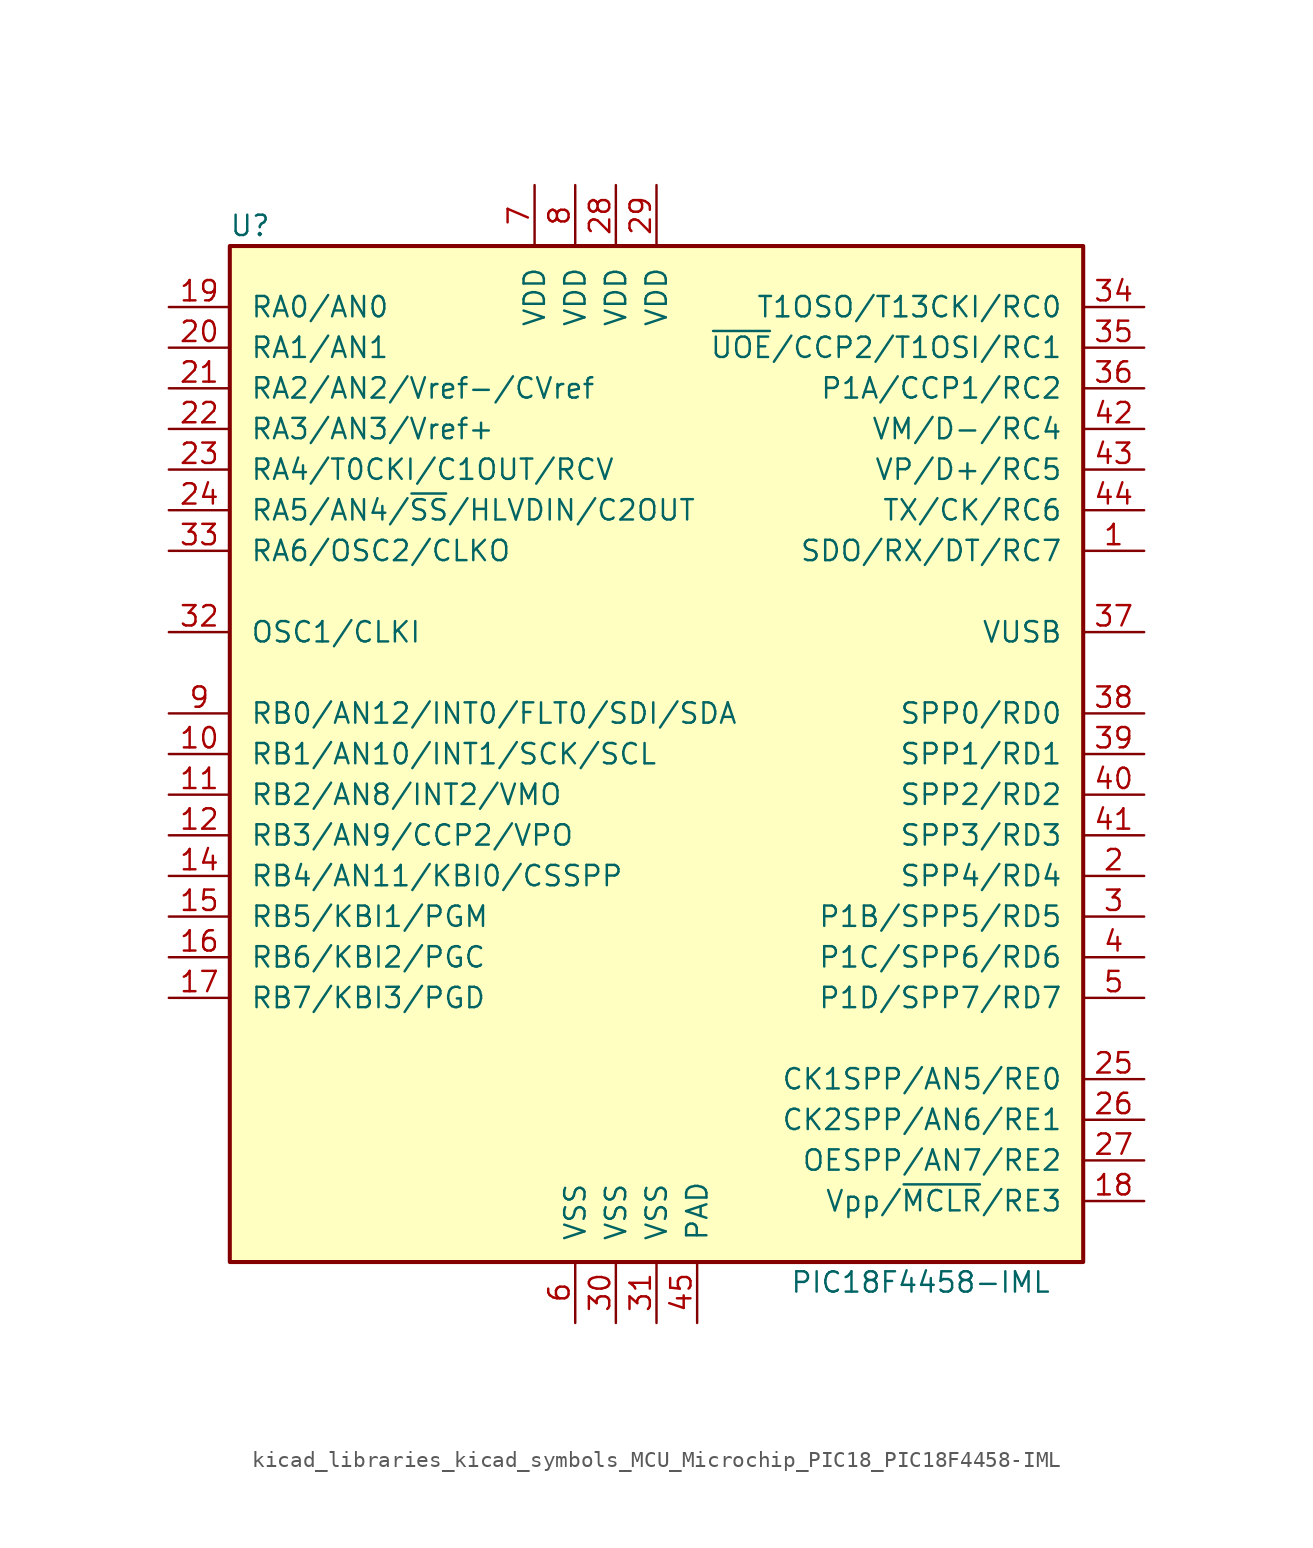
<source format=kicad_sym>
(kicad_symbol_lib
  (version 20220914)
  (generator kicad_symbol_editor)
  (symbol "kicad_libraries_kicad_symbols_MCU_Microchip_PIC18_PIC18F4458-IML"
    (pin_names
      (offset 1.27))
    (property "Reference" "U"
      (at -25.4 33.02 0)
      (effects (font (size 1.27 1.27))))
    (property "Value" "PIC18F4458-IML"
      (at 16.51 -33.02 0)
      (effects (font (size 1.27 1.27))))
    (symbol "kicad_libraries_kicad_symbols_MCU_Microchip_PIC18_PIC18F4458-IML_0_1"
      (rectangle (start -26.67 31.75) (end 26.67 -31.75) (stroke (width 0.254) (type default)) (fill (type background))))
    (symbol "kicad_libraries_kicad_symbols_MCU_Microchip_PIC18_PIC18F4458-IML_1_1"
      (pin bidirectional line (at 30.48 12.7 180) (length 3.81) (name "SDO/RX/DT/RC7" (effects (font (size 1.27 1.27)))) (number "1" (effects (font (size 1.27 1.27)))))
      (pin bidirectional line (at -30.48 0 0) (length 3.81) (name "RB1/AN10/INT1/SCK/SCL" (effects (font (size 1.27 1.27)))) (number "10" (effects (font (size 1.27 1.27)))))
      (pin bidirectional line (at -30.48 -2.54 0) (length 3.81) (name "RB2/AN8/INT2/VMO" (effects (font (size 1.27 1.27)))) (number "11" (effects (font (size 1.27 1.27)))))
      (pin bidirectional line (at -30.48 -5.08 0) (length 3.81) (name "RB3/AN9/CCP2/VPO" (effects (font (size 1.27 1.27)))) (number "12" (effects (font (size 1.27 1.27)))))
      (pin no_connect line (at -26.67 -27.94 0) (length 3.81) hide (name "NC" (effects (font (size 1.27 1.27)))) (number "13" (effects (font (size 1.27 1.27)))))
      (pin bidirectional line (at -30.48 -7.62 0) (length 3.81) (name "RB4/AN11/KBI0/CSSPP" (effects (font (size 1.27 1.27)))) (number "14" (effects (font (size 1.27 1.27)))))
      (pin bidirectional line (at -30.48 -10.16 0) (length 3.81) (name "RB5/KBI1/PGM" (effects (font (size 1.27 1.27)))) (number "15" (effects (font (size 1.27 1.27)))))
      (pin bidirectional line (at -30.48 -12.7 0) (length 3.81) (name "RB6/KBI2/PGC" (effects (font (size 1.27 1.27)))) (number "16" (effects (font (size 1.27 1.27)))))
      (pin bidirectional line (at -30.48 -15.24 0) (length 3.81) (name "RB7/KBI3/PGD" (effects (font (size 1.27 1.27)))) (number "17" (effects (font (size 1.27 1.27)))))
      (pin input line (at 30.48 -27.94 180) (length 3.81) (name "Vpp/~{MCLR}/RE3" (effects (font (size 1.27 1.27)))) (number "18" (effects (font (size 1.27 1.27)))))
      (pin bidirectional line (at -30.48 27.94 0) (length 3.81) (name "RA0/AN0" (effects (font (size 1.27 1.27)))) (number "19" (effects (font (size 1.27 1.27)))))
      (pin bidirectional line (at 30.48 -7.62 180) (length 3.81) (name "SPP4/RD4" (effects (font (size 1.27 1.27)))) (number "2" (effects (font (size 1.27 1.27)))))
      (pin bidirectional line (at -30.48 25.4 0) (length 3.81) (name "RA1/AN1" (effects (font (size 1.27 1.27)))) (number "20" (effects (font (size 1.27 1.27)))))
      (pin bidirectional line (at -30.48 22.86 0) (length 3.81) (name "RA2/AN2/Vref-/CVref" (effects (font (size 1.27 1.27)))) (number "21" (effects (font (size 1.27 1.27)))))
      (pin bidirectional line (at -30.48 20.32 0) (length 3.81) (name "RA3/AN3/Vref+" (effects (font (size 1.27 1.27)))) (number "22" (effects (font (size 1.27 1.27)))))
      (pin bidirectional line (at -30.48 17.78 0) (length 3.81) (name "RA4/T0CKI/C1OUT/RCV" (effects (font (size 1.27 1.27)))) (number "23" (effects (font (size 1.27 1.27)))))
      (pin bidirectional line (at -30.48 15.24 0) (length 3.81) (name "RA5/AN4/~{SS}/HLVDIN/C2OUT" (effects (font (size 1.27 1.27)))) (number "24" (effects (font (size 1.27 1.27)))))
      (pin bidirectional line (at 30.48 -20.32 180) (length 3.81) (name "CK1SPP/AN5/RE0" (effects (font (size 1.27 1.27)))) (number "25" (effects (font (size 1.27 1.27)))))
      (pin bidirectional line (at 30.48 -22.86 180) (length 3.81) (name "CK2SPP/AN6/RE1" (effects (font (size 1.27 1.27)))) (number "26" (effects (font (size 1.27 1.27)))))
      (pin bidirectional line (at 30.48 -25.4 180) (length 3.81) (name "OESPP/AN7/RE2" (effects (font (size 1.27 1.27)))) (number "27" (effects (font (size 1.27 1.27)))))
      (pin power_in line (at -2.54 35.56 270) (length 3.81) (name "VDD" (effects (font (size 1.27 1.27)))) (number "28" (effects (font (size 1.27 1.27)))))
      (pin power_in line (at 0 35.56 270) (length 3.81) (name "VDD" (effects (font (size 1.27 1.27)))) (number "29" (effects (font (size 1.27 1.27)))))
      (pin bidirectional line (at 30.48 -10.16 180) (length 3.81) (name "P1B/SPP5/RD5" (effects (font (size 1.27 1.27)))) (number "3" (effects (font (size 1.27 1.27)))))
      (pin power_in line (at -2.54 -35.56 90) (length 3.81) (name "VSS" (effects (font (size 1.27 1.27)))) (number "30" (effects (font (size 1.27 1.27)))))
      (pin power_in line (at 0 -35.56 90) (length 3.81) (name "VSS" (effects (font (size 1.27 1.27)))) (number "31" (effects (font (size 1.27 1.27)))))
      (pin input line (at -30.48 7.62 0) (length 3.81) (name "OSC1/CLKI" (effects (font (size 1.27 1.27)))) (number "32" (effects (font (size 1.27 1.27)))))
      (pin bidirectional line (at -30.48 12.7 0) (length 3.81) (name "RA6/OSC2/CLKO" (effects (font (size 1.27 1.27)))) (number "33" (effects (font (size 1.27 1.27)))))
      (pin bidirectional line (at 30.48 27.94 180) (length 3.81) (name "T1OSO/T13CKI/RC0" (effects (font (size 1.27 1.27)))) (number "34" (effects (font (size 1.27 1.27)))))
      (pin bidirectional line (at 30.48 25.4 180) (length 3.81) (name "~{UOE}/CCP2/T1OSI/RC1" (effects (font (size 1.27 1.27)))) (number "35" (effects (font (size 1.27 1.27)))))
      (pin bidirectional line (at 30.48 22.86 180) (length 3.81) (name "P1A/CCP1/RC2" (effects (font (size 1.27 1.27)))) (number "36" (effects (font (size 1.27 1.27)))))
      (pin bidirectional line (at 30.48 7.62 180) (length 3.81) (name "VUSB" (effects (font (size 1.27 1.27)))) (number "37" (effects (font (size 1.27 1.27)))))
      (pin bidirectional line (at 30.48 2.54 180) (length 3.81) (name "SPP0/RD0" (effects (font (size 1.27 1.27)))) (number "38" (effects (font (size 1.27 1.27)))))
      (pin bidirectional line (at 30.48 0 180) (length 3.81) (name "SPP1/RD1" (effects (font (size 1.27 1.27)))) (number "39" (effects (font (size 1.27 1.27)))))
      (pin bidirectional line (at 30.48 -12.7 180) (length 3.81) (name "P1C/SPP6/RD6" (effects (font (size 1.27 1.27)))) (number "4" (effects (font (size 1.27 1.27)))))
      (pin bidirectional line (at 30.48 -2.54 180) (length 3.81) (name "SPP2/RD2" (effects (font (size 1.27 1.27)))) (number "40" (effects (font (size 1.27 1.27)))))
      (pin bidirectional line (at 30.48 -5.08 180) (length 3.81) (name "SPP3/RD3" (effects (font (size 1.27 1.27)))) (number "41" (effects (font (size 1.27 1.27)))))
      (pin bidirectional line (at 30.48 20.32 180) (length 3.81) (name "VM/D-/RC4" (effects (font (size 1.27 1.27)))) (number "42" (effects (font (size 1.27 1.27)))))
      (pin bidirectional line (at 30.48 17.78 180) (length 3.81) (name "VP/D+/RC5" (effects (font (size 1.27 1.27)))) (number "43" (effects (font (size 1.27 1.27)))))
      (pin bidirectional line (at 30.48 15.24 180) (length 3.81) (name "TX/CK/RC6" (effects (font (size 1.27 1.27)))) (number "44" (effects (font (size 1.27 1.27)))))
      (pin power_in line (at 2.54 -35.56 90) (length 3.81) (name "PAD" (effects (font (size 1.27 1.27)))) (number "45" (effects (font (size 1.27 1.27)))))
      (pin bidirectional line (at 30.48 -15.24 180) (length 3.81) (name "P1D/SPP7/RD7" (effects (font (size 1.27 1.27)))) (number "5" (effects (font (size 1.27 1.27)))))
      (pin power_in line (at -5.08 -35.56 90) (length 3.81) (name "VSS" (effects (font (size 1.27 1.27)))) (number "6" (effects (font (size 1.27 1.27)))))
      (pin power_in line (at -7.62 35.56 270) (length 3.81) (name "VDD" (effects (font (size 1.27 1.27)))) (number "7" (effects (font (size 1.27 1.27)))))
      (pin power_in line (at -5.08 35.56 270) (length 3.81) (name "VDD" (effects (font (size 1.27 1.27)))) (number "8" (effects (font (size 1.27 1.27)))))
      (pin bidirectional line (at -30.48 2.54 0) (length 3.81) (name "RB0/AN12/INT0/FLT0/SDI/SDA" (effects (font (size 1.27 1.27)))) (number "9" (effects (font (size 1.27 1.27))))))))
</source>
